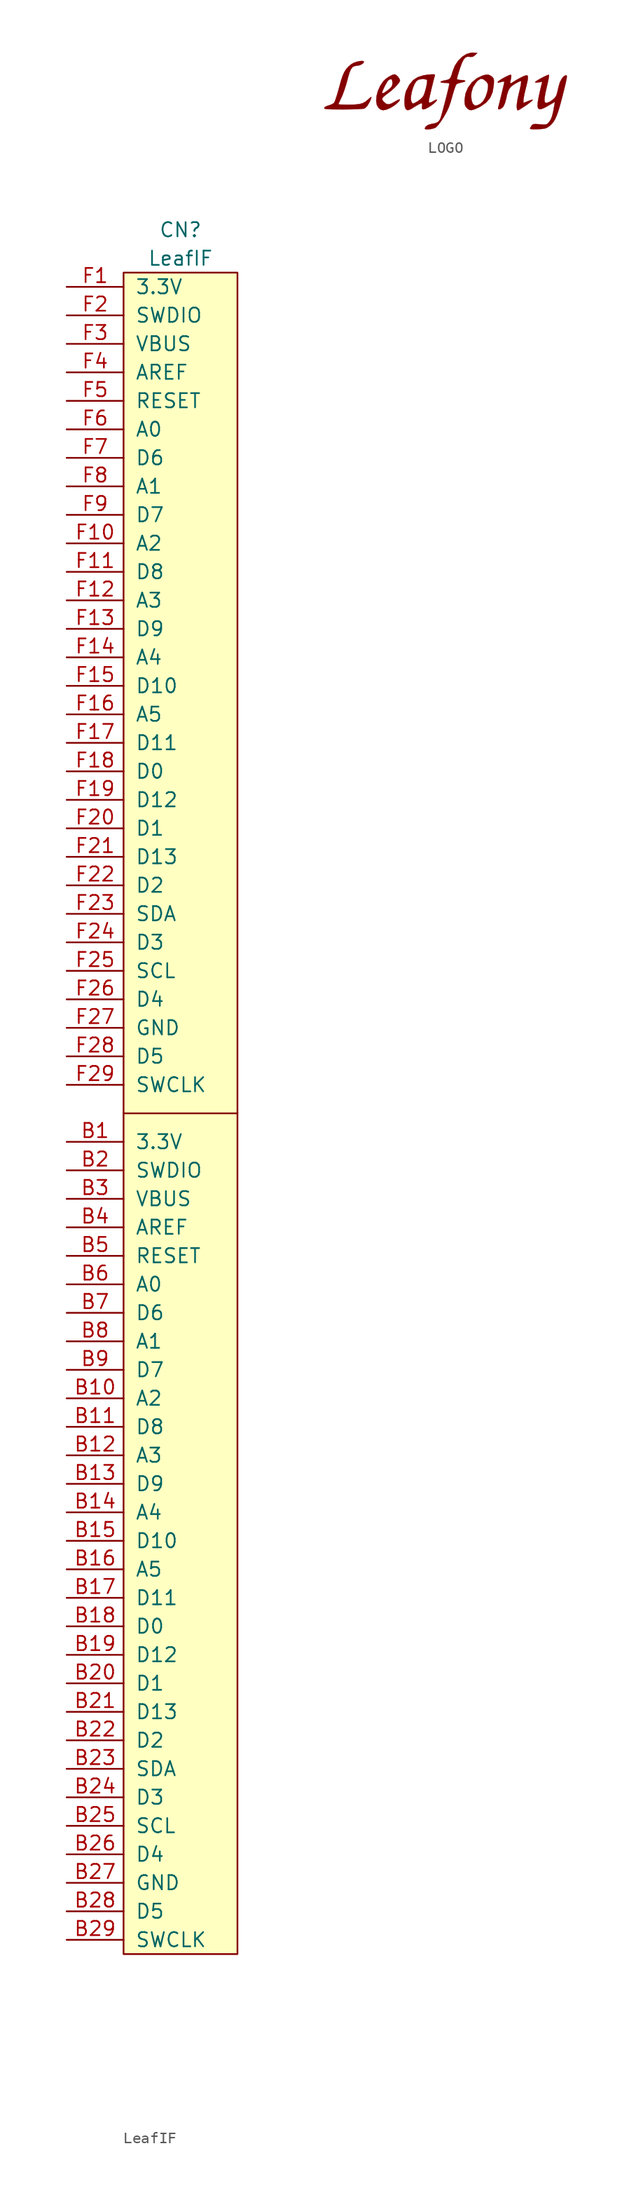
<source format=kicad_sym>
(kicad_symbol_lib
  (version 20220914)
  (generator kicad_symbol_editor)
  (symbol "LeafIF"
    (pin_names
      (offset 1.016))
    (property "Reference" "CN"
      (at 10.16 5.08 0)
      (effects (font (size 1.27 1.27))))
    (property "Value" "LeafIF"
      (at 10.16 2.54 0)
      (effects (font (size 1.27 1.27))))
    (symbol "LeafIF_0_1"
      (polyline (pts (xy 5.08 -73.66) (xy 15.24 -73.66)) (stroke (width 0) (type solid)) (fill (type none)))
      (rectangle (start 5.08 1.27) (end 15.24 -148.59) (stroke (width 0) (type solid)) (fill (type background))))
    (symbol "LeafIF_1_1"
      (pin passive line (at 0 -76.2 0) (length 5.08) (name "3.3V" (effects (font (size 1.27 1.27)))) (number "B1" (effects (font (size 1.27 1.27)))))
      (pin passive line (at 0 -99.06 0) (length 5.08) (name "A2" (effects (font (size 1.27 1.27)))) (number "B10" (effects (font (size 1.27 1.27)))))
      (pin passive line (at 0 -101.6 0) (length 5.08) (name "D8" (effects (font (size 1.27 1.27)))) (number "B11" (effects (font (size 1.27 1.27)))))
      (pin passive line (at 0 -104.14 0) (length 5.08) (name "A3" (effects (font (size 1.27 1.27)))) (number "B12" (effects (font (size 1.27 1.27)))))
      (pin passive line (at 0 -106.68 0) (length 5.08) (name "D9" (effects (font (size 1.27 1.27)))) (number "B13" (effects (font (size 1.27 1.27)))))
      (pin passive line (at 0 -109.22 0) (length 5.08) (name "A4" (effects (font (size 1.27 1.27)))) (number "B14" (effects (font (size 1.27 1.27)))))
      (pin passive line (at 0 -111.76 0) (length 5.08) (name "D10" (effects (font (size 1.27 1.27)))) (number "B15" (effects (font (size 1.27 1.27)))))
      (pin passive line (at 0 -114.3 0) (length 5.08) (name "A5" (effects (font (size 1.27 1.27)))) (number "B16" (effects (font (size 1.27 1.27)))))
      (pin passive line (at 0 -116.84 0) (length 5.08) (name "D11" (effects (font (size 1.27 1.27)))) (number "B17" (effects (font (size 1.27 1.27)))))
      (pin passive line (at 0 -119.38 0) (length 5.08) (name "D0" (effects (font (size 1.27 1.27)))) (number "B18" (effects (font (size 1.27 1.27)))))
      (pin passive line (at 0 -121.92 0) (length 5.08) (name "D12" (effects (font (size 1.27 1.27)))) (number "B19" (effects (font (size 1.27 1.27)))))
      (pin passive line (at 0 -78.74 0) (length 5.08) (name "SWDIO" (effects (font (size 1.27 1.27)))) (number "B2" (effects (font (size 1.27 1.27)))))
      (pin passive line (at 0 -124.46 0) (length 5.08) (name "D1" (effects (font (size 1.27 1.27)))) (number "B20" (effects (font (size 1.27 1.27)))))
      (pin passive line (at 0 -127 0) (length 5.08) (name "D13" (effects (font (size 1.27 1.27)))) (number "B21" (effects (font (size 1.27 1.27)))))
      (pin passive line (at 0 -129.54 0) (length 5.08) (name "D2" (effects (font (size 1.27 1.27)))) (number "B22" (effects (font (size 1.27 1.27)))))
      (pin passive line (at 0 -132.08 0) (length 5.08) (name "SDA" (effects (font (size 1.27 1.27)))) (number "B23" (effects (font (size 1.27 1.27)))))
      (pin passive line (at 0 -134.62 0) (length 5.08) (name "D3" (effects (font (size 1.27 1.27)))) (number "B24" (effects (font (size 1.27 1.27)))))
      (pin passive line (at 0 -137.16 0) (length 5.08) (name "SCL" (effects (font (size 1.27 1.27)))) (number "B25" (effects (font (size 1.27 1.27)))))
      (pin passive line (at 0 -139.7 0) (length 5.08) (name "D4" (effects (font (size 1.27 1.27)))) (number "B26" (effects (font (size 1.27 1.27)))))
      (pin passive line (at 0 -142.24 0) (length 5.08) (name "GND" (effects (font (size 1.27 1.27)))) (number "B27" (effects (font (size 1.27 1.27)))))
      (pin passive line (at 0 -144.78 0) (length 5.08) (name "D5" (effects (font (size 1.27 1.27)))) (number "B28" (effects (font (size 1.27 1.27)))))
      (pin passive line (at 0 -147.32 0) (length 5.08) (name "SWCLK" (effects (font (size 1.27 1.27)))) (number "B29" (effects (font (size 1.27 1.27)))))
      (pin passive line (at 0 -81.28 0) (length 5.08) (name "VBUS" (effects (font (size 1.27 1.27)))) (number "B3" (effects (font (size 1.27 1.27)))))
      (pin passive line (at 0 -83.82 0) (length 5.08) (name "AREF" (effects (font (size 1.27 1.27)))) (number "B4" (effects (font (size 1.27 1.27)))))
      (pin passive line (at 0 -86.36 0) (length 5.08) (name "RESET" (effects (font (size 1.27 1.27)))) (number "B5" (effects (font (size 1.27 1.27)))))
      (pin passive line (at 0 -88.9 0) (length 5.08) (name "A0" (effects (font (size 1.27 1.27)))) (number "B6" (effects (font (size 1.27 1.27)))))
      (pin passive line (at 0 -91.44 0) (length 5.08) (name "D6" (effects (font (size 1.27 1.27)))) (number "B7" (effects (font (size 1.27 1.27)))))
      (pin passive line (at 0 -93.98 0) (length 5.08) (name "A1" (effects (font (size 1.27 1.27)))) (number "B8" (effects (font (size 1.27 1.27)))))
      (pin passive line (at 0 -96.52 0) (length 5.08) (name "D7" (effects (font (size 1.27 1.27)))) (number "B9" (effects (font (size 1.27 1.27)))))
      (pin passive line (at 0 0 0) (length 5.08) (name "3.3V" (effects (font (size 1.27 1.27)))) (number "F1" (effects (font (size 1.27 1.27)))))
      (pin passive line (at 0 -22.86 0) (length 5.08) (name "A2" (effects (font (size 1.27 1.27)))) (number "F10" (effects (font (size 1.27 1.27)))))
      (pin passive line (at 0 -25.4 0) (length 5.08) (name "D8" (effects (font (size 1.27 1.27)))) (number "F11" (effects (font (size 1.27 1.27)))))
      (pin passive line (at 0 -27.94 0) (length 5.08) (name "A3" (effects (font (size 1.27 1.27)))) (number "F12" (effects (font (size 1.27 1.27)))))
      (pin passive line (at 0 -30.48 0) (length 5.08) (name "D9" (effects (font (size 1.27 1.27)))) (number "F13" (effects (font (size 1.27 1.27)))))
      (pin passive line (at 0 -33.02 0) (length 5.08) (name "A4" (effects (font (size 1.27 1.27)))) (number "F14" (effects (font (size 1.27 1.27)))))
      (pin passive line (at 0 -35.56 0) (length 5.08) (name "D10" (effects (font (size 1.27 1.27)))) (number "F15" (effects (font (size 1.27 1.27)))))
      (pin passive line (at 0 -38.1 0) (length 5.08) (name "A5" (effects (font (size 1.27 1.27)))) (number "F16" (effects (font (size 1.27 1.27)))))
      (pin passive line (at 0 -40.64 0) (length 5.08) (name "D11" (effects (font (size 1.27 1.27)))) (number "F17" (effects (font (size 1.27 1.27)))))
      (pin passive line (at 0 -43.18 0) (length 5.08) (name "D0" (effects (font (size 1.27 1.27)))) (number "F18" (effects (font (size 1.27 1.27)))))
      (pin passive line (at 0 -45.72 0) (length 5.08) (name "D12" (effects (font (size 1.27 1.27)))) (number "F19" (effects (font (size 1.27 1.27)))))
      (pin passive line (at 0 -2.54 0) (length 5.08) (name "SWDIO" (effects (font (size 1.27 1.27)))) (number "F2" (effects (font (size 1.27 1.27)))))
      (pin passive line (at 0 -48.26 0) (length 5.08) (name "D1" (effects (font (size 1.27 1.27)))) (number "F20" (effects (font (size 1.27 1.27)))))
      (pin passive line (at 0 -50.8 0) (length 5.08) (name "D13" (effects (font (size 1.27 1.27)))) (number "F21" (effects (font (size 1.27 1.27)))))
      (pin passive line (at 0 -53.34 0) (length 5.08) (name "D2" (effects (font (size 1.27 1.27)))) (number "F22" (effects (font (size 1.27 1.27)))))
      (pin passive line (at 0 -55.88 0) (length 5.08) (name "SDA" (effects (font (size 1.27 1.27)))) (number "F23" (effects (font (size 1.27 1.27)))))
      (pin passive line (at 0 -58.42 0) (length 5.08) (name "D3" (effects (font (size 1.27 1.27)))) (number "F24" (effects (font (size 1.27 1.27)))))
      (pin passive line (at 0 -60.96 0) (length 5.08) (name "SCL" (effects (font (size 1.27 1.27)))) (number "F25" (effects (font (size 1.27 1.27)))))
      (pin passive line (at 0 -63.5 0) (length 5.08) (name "D4" (effects (font (size 1.27 1.27)))) (number "F26" (effects (font (size 1.27 1.27)))))
      (pin passive line (at 0 -66.04 0) (length 5.08) (name "GND" (effects (font (size 1.27 1.27)))) (number "F27" (effects (font (size 1.27 1.27)))))
      (pin passive line (at 0 -68.58 0) (length 5.08) (name "D5" (effects (font (size 1.27 1.27)))) (number "F28" (effects (font (size 1.27 1.27)))))
      (pin passive line (at 0 -71.12 0) (length 5.08) (name "SWCLK" (effects (font (size 1.27 1.27)))) (number "F29" (effects (font (size 1.27 1.27)))))
      (pin passive line (at 0 -5.08 0) (length 5.08) (name "VBUS" (effects (font (size 1.27 1.27)))) (number "F3" (effects (font (size 1.27 1.27)))))
      (pin passive line (at 0 -7.62 0) (length 5.08) (name "AREF" (effects (font (size 1.27 1.27)))) (number "F4" (effects (font (size 1.27 1.27)))))
      (pin passive line (at 0 -10.16 0) (length 5.08) (name "RESET" (effects (font (size 1.27 1.27)))) (number "F5" (effects (font (size 1.27 1.27)))))
      (pin passive line (at 0 -12.7 0) (length 5.08) (name "A0" (effects (font (size 1.27 1.27)))) (number "F6" (effects (font (size 1.27 1.27)))))
      (pin passive line (at 0 -15.24 0) (length 5.08) (name "D6" (effects (font (size 1.27 1.27)))) (number "F7" (effects (font (size 1.27 1.27)))))
      (pin passive line (at 0 -17.78 0) (length 5.08) (name "A1" (effects (font (size 1.27 1.27)))) (number "F8" (effects (font (size 1.27 1.27)))))
      (pin passive line (at 0 -20.32 0) (length 5.08) (name "D7" (effects (font (size 1.27 1.27)))) (number "F9" (effects (font (size 1.27 1.27)))))))
  (symbol "LOGO"
    (pin_names
      (offset 1.016))
    (property "Reference" "#G"
      (at 0 4.106 0)
      (effects (font (size 1.27 1.27)) hide))
    (symbol "LOGO_0_0"
      (polyline (pts (xy 1.81 -1.521) (xy 2.159 -1.367) (xy 2.368 -1.26) (xy 2.865 -0.912) (xy 3.217 -0.492) (xy 3.437 0.02) (xy 3.537 0.642) (xy 3.547 0.794) (xy 3.554 1.053) (xy 3.529 1.213) (xy 3.461 1.323) (xy 3.336 1.431) (xy 3.277 1.475) (xy 3.057 1.576) (xy 2.8 1.565) (xy 2.56 1.505) (xy 2.034 1.259) (xy 1.586 0.888) (xy 1.238 0.419) (xy 1.013 -0.12) (xy 0.98 -0.359) (xy 1.524 -0.359) (xy 1.548 -0.007) (xy 1.69 0.467) (xy 1.976 0.9) (xy 2.138 1.071) (xy 2.365 1.205) (xy 2.582 1.182) (xy 2.816 1.007) (xy 2.92 0.898) (xy 3.013 0.754) (xy 3.037 0.582) (xy 3.012 0.314) (xy 2.962 0.041) (xy 2.809 -0.413) (xy 2.595 -0.782) (xy 2.338 -1.024) (xy 2.313 -1.039) (xy 2.097 -1.142) (xy 1.931 -1.185) (xy 1.831 -1.164) (xy 1.669 -1.012) (xy 1.562 -0.734) (xy 1.524 -0.359) (xy 0.98 -0.359) (xy 0.932 -0.702) (xy 0.932 -0.785) (xy 0.952 -1.061) (xy 1.015 -1.246) (xy 1.139 -1.401) (xy 1.221 -1.477) (xy 1.382 -1.575) (xy 1.564 -1.59) (xy 1.81 -1.521)) (stroke (width 0.01) (type default)) (fill (type outline)))
      (polyline (pts (xy -6.074 -1.553) (xy -5.706 -1.398) (xy -5.697 -1.393) (xy -5.436 -1.24) (xy -5.187 -1.057) (xy -4.983 -0.875) (xy -4.859 -0.723) (xy -4.845 -0.63) (xy -4.88 -0.625) (xy -5.026 -0.679) (xy -5.234 -0.795) (xy -5.244 -0.801) (xy -5.582 -0.991) (xy -5.835 -1.069) (xy -6.035 -1.037) (xy -6.219 -0.901) (xy -6.251 -0.869) (xy -6.383 -0.715) (xy -6.423 -0.588) (xy -6.36 -0.456) (xy -6.181 -0.291) (xy -5.873 -0.061) (xy -5.592 0.16) (xy -5.302 0.424) (xy -5.057 0.681) (xy -4.889 0.899) (xy -4.826 1.047) (xy -4.874 1.196) (xy -5.004 1.385) (xy -5.163 1.542) (xy -5.301 1.609) (xy -5.303 1.609) (xy -5.524 1.552) (xy -5.804 1.408) (xy -6.085 1.212) (xy -6.31 0.999) (xy -6.593 0.589) (xy -6.799 0.137) (xy -6.848 -0.045) (xy -6.435 -0.045) (xy -6.42 0.023) (xy -6.343 0.223) (xy -6.221 0.482) (xy -6.083 0.747) (xy -5.955 0.964) (xy -5.865 1.079) (xy -5.805 1.122) (xy -5.633 1.185) (xy -5.535 1.098) (xy -5.503 0.857) (xy -5.506 0.758) (xy -5.545 0.577) (xy -5.658 0.418) (xy -5.878 0.222) (xy -5.975 0.144) (xy -6.218 -0.023) (xy -6.378 -0.089) (xy -6.435 -0.045) (xy -6.848 -0.045) (xy -6.923 -0.323) (xy -6.957 -0.756) (xy -6.897 -1.127) (xy -6.735 -1.401) (xy -6.577 -1.528) (xy -6.352 -1.597) (xy -6.074 -1.553)) (stroke (width 0.01) (type default)) (fill (type outline)))
      (polyline (pts (xy -9.85 -1.524) (xy -9.322 -1.519) (xy -8.845 -1.507) (xy -8.447 -1.49) (xy -8.158 -1.468) (xy -8.01 -1.443) (xy -7.957 -1.416) (xy -7.766 -1.233) (xy -7.581 -0.937) (xy -7.503 -0.781) (xy -7.397 -0.531) (xy -7.384 -0.419) (xy -7.464 -0.442) (xy -7.639 -0.598) (xy -7.685 -0.643) (xy -7.918 -0.837) (xy -8.168 -0.969) (xy -8.472 -1.049) (xy -8.868 -1.09) (xy -9.395 -1.101) (xy -9.721 -1.098) (xy -10.036 -1.091) (xy -10.25 -1.079) (xy -10.329 -1.065) (xy -10.328 -1.057) (xy -10.279 -0.94) (xy -10.178 -0.719) (xy -10.043 -0.433) (xy -9.956 -0.232) (xy -9.802 0.181) (xy -9.65 0.649) (xy -9.524 1.105) (xy -9.476 1.293) (xy -9.344 1.74) (xy -9.214 2.05) (xy -9.069 2.243) (xy -8.897 2.342) (xy -8.681 2.371) (xy -8.539 2.386) (xy -8.302 2.468) (xy -8.118 2.591) (xy -8.043 2.725) (xy -8.071 2.772) (xy -8.216 2.802) (xy -8.444 2.783) (xy -8.711 2.721) (xy -8.972 2.627) (xy -9.18 2.508) (xy -9.425 2.304) (xy -9.632 2.078) (xy -9.802 1.81) (xy -9.954 1.468) (xy -10.101 1.023) (xy -10.262 0.442) (xy -10.316 0.24) (xy -10.439 -0.186) (xy -10.554 -0.546) (xy -10.65 -0.808) (xy -10.717 -0.939) (xy -10.761 -0.978) (xy -10.964 -1.089) (xy -11.224 -1.178) (xy -11.297 -1.198) (xy -11.519 -1.293) (xy -11.599 -1.398) (xy -11.595 -1.421) (xy -11.549 -1.459) (xy -11.437 -1.486) (xy -11.237 -1.505) (xy -10.93 -1.517) (xy -10.495 -1.522) (xy -9.912 -1.524) (xy -9.85 -1.524)) (stroke (width 0.01) (type default)) (fill (type outline)))
      (polyline (pts (xy -4.013 -1.567) (xy -3.802 -1.462) (xy -3.487 -1.268) (xy -3.442 -1.24) (xy -3.183 -1.088) (xy -2.985 -0.991) (xy -2.887 -0.969) (xy -2.886 -0.969) (xy -2.852 -1.073) (xy -2.86 -1.266) (xy -2.871 -1.364) (xy -2.848 -1.492) (xy -2.74 -1.524) (xy -2.732 -1.524) (xy -2.539 -1.469) (xy -2.287 -1.337) (xy -2.017 -1.16) (xy -1.771 -0.967) (xy -1.593 -0.788) (xy -1.524 -0.655) (xy -1.532 -0.642) (xy -1.632 -0.662) (xy -1.809 -0.755) (xy -2.034 -0.881) (xy -2.196 -0.925) (xy -2.26 -0.852) (xy -2.243 -0.656) (xy -2.235 -0.615) (xy -2.175 -0.343) (xy -2.093 0.006) (xy -2.001 0.394) (xy -1.906 0.777) (xy -1.821 1.118) (xy -1.754 1.375) (xy -1.714 1.507) (xy -1.709 1.522) (xy -1.718 1.577) (xy -1.805 1.603) (xy -2.001 1.601) (xy -2.336 1.574) (xy -2.72 1.521) (xy -3.242 1.358) (xy -3.66 1.084) (xy -3.998 0.679) (xy -4.283 0.127) (xy -4.318 0.029) (xy -4.388 -0.285) (xy -4.425 -0.646) (xy -4.426 -0.652) (xy -3.858 -0.652) (xy -3.847 -0.338) (xy -3.78 0.034) (xy -3.669 0.413) (xy -3.526 0.75) (xy -3.363 0.995) (xy -3.33 1.028) (xy -3.125 1.15) (xy -2.827 1.185) (xy -2.736 1.183) (xy -2.525 1.156) (xy -2.418 1.108) (xy -2.405 1.026) (xy -2.426 0.809) (xy -2.48 0.518) (xy -2.557 0.202) (xy -2.646 -0.09) (xy -2.735 -0.308) (xy -2.794 -0.398) (xy -2.999 -0.61) (xy -3.251 -0.795) (xy -3.353 -0.854) (xy -3.558 -0.967) (xy -3.674 -1) (xy -3.745 -0.957) (xy -3.813 -0.84) (xy -3.858 -0.652) (xy -4.426 -0.652) (xy -4.428 -0.999) (xy -4.395 -1.292) (xy -4.325 -1.473) (xy -4.254 -1.547) (xy -4.152 -1.593) (xy -4.013 -1.567)) (stroke (width 0.01) (type default)) (fill (type outline)))
      (polyline (pts (xy -2.081 -3.277) (xy -1.839 -3.222) (xy -1.651 -3.144) (xy -1.579 -3.087) (xy -1.388 -2.876) (xy -1.159 -2.567) (xy -0.918 -2.192) (xy -0.895 -2.154) (xy -0.656 -1.73) (xy -0.474 -1.337) (xy -0.322 -0.909) (xy -0.171 -0.381) (xy -0.166 -0.364) (xy -0.053 0.032) (xy 0.057 0.37) (xy 0.152 0.615) (xy 0.22 0.73) (xy 0.245 0.747) (xy 0.431 0.822) (xy 0.679 0.879) (xy 0.734 0.889) (xy 0.95 0.954) (xy 1.003 1.023) (xy 0.897 1.078) (xy 0.635 1.101) (xy 0.57 1.102) (xy 0.335 1.133) (xy 0.254 1.206) (xy 0.264 1.266) (xy 0.317 1.468) (xy 0.405 1.764) (xy 0.516 2.116) (xy 0.53 2.159) (xy 0.694 2.612) (xy 0.847 2.919) (xy 1.004 3.101) (xy 1.183 3.178) (xy 1.401 3.169) (xy 1.468 3.158) (xy 1.685 3.175) (xy 1.876 3.315) (xy 2.074 3.514) (xy 1.704 3.54) (xy 1.529 3.537) (xy 1.117 3.422) (xy 0.719 3.174) (xy 0.36 2.817) (xy 0.068 2.377) (xy -0.13 1.878) (xy -0.211 1.594) (xy -0.302 1.35) (xy -0.406 1.207) (xy -0.551 1.129) (xy -0.765 1.082) (xy -0.96 1.043) (xy -1.166 0.974) (xy -1.222 0.911) (xy -1.123 0.865) (xy -0.864 0.847) (xy -0.696 0.841) (xy -0.5 0.816) (xy -0.423 0.777) (xy -0.431 0.719) (xy -0.474 0.509) (xy -0.549 0.191) (xy -0.646 -0.205) (xy -0.757 -0.644) (xy -0.873 -1.093) (xy -0.986 -1.519) (xy -1.087 -1.888) (xy -1.168 -2.167) (xy -1.22 -2.322) (xy -1.285 -2.458) (xy -1.437 -2.64) (xy -1.666 -2.751) (xy -2.018 -2.818) (xy -2.031 -2.82) (xy -2.325 -2.906) (xy -2.537 -3.056) (xy -2.622 -3.239) (xy -2.62 -3.252) (xy -2.524 -3.297) (xy -2.327 -3.304) (xy -2.081 -3.277)) (stroke (width 0.01) (type default)) (fill (type outline)))
      (polyline (pts (xy 7.479 -3.289) (xy 7.545 -3.287) (xy 7.893 -3.263) (xy 8.131 -3.22) (xy 8.314 -3.145) (xy 8.493 -3.024) (xy 8.658 -2.883) (xy 8.84 -2.678) (xy 9.002 -2.421) (xy 9.154 -2.088) (xy 9.307 -1.657) (xy 9.471 -1.105) (xy 9.655 -0.409) (xy 9.732 -0.105) (xy 9.869 0.441) (xy 9.967 0.851) (xy 10.029 1.144) (xy 10.058 1.338) (xy 10.059 1.454) (xy 10.033 1.51) (xy 9.984 1.524) (xy 9.956 1.522) (xy 9.774 1.421) (xy 9.592 1.194) (xy 9.435 0.878) (xy 9.325 0.508) (xy 9.265 0.233) (xy 9.188 -0.072) (xy 9.123 -0.283) (xy 9.021 -0.448) (xy 8.794 -0.667) (xy 8.517 -0.85) (xy 8.255 -0.946) (xy 8.204 -0.949) (xy 8.108 -0.89) (xy 8.068 -0.727) (xy 8.084 -0.445) (xy 8.155 -0.03) (xy 8.284 0.531) (xy 8.287 0.546) (xy 8.376 0.931) (xy 8.44 1.251) (xy 8.473 1.474) (xy 8.468 1.565) (xy 8.436 1.566) (xy 8.283 1.513) (xy 8.052 1.407) (xy 7.786 1.272) (xy 7.531 1.129) (xy 7.331 1.003) (xy 7.231 0.918) (xy 7.223 0.897) (xy 7.293 0.863) (xy 7.519 0.886) (xy 7.862 0.944) (xy 7.734 0.409) (xy 7.683 0.191) (xy 7.548 -0.423) (xy 7.468 -0.888) (xy 7.448 -1.217) (xy 7.494 -1.42) (xy 7.608 -1.507) (xy 7.797 -1.49) (xy 8.064 -1.38) (xy 8.414 -1.187) (xy 8.997 -0.845) (xy 8.942 -1.186) (xy 8.94 -1.198) (xy 8.842 -1.736) (xy 8.74 -2.135) (xy 8.624 -2.426) (xy 8.485 -2.638) (xy 8.405 -2.73) (xy 8.297 -2.826) (xy 8.167 -2.869) (xy 7.968 -2.873) (xy 7.649 -2.849) (xy 7.547 -2.84) (xy 7.263 -2.824) (xy 7.09 -2.837) (xy 6.986 -2.888) (xy 6.904 -2.984) (xy 6.818 -3.126) (xy 6.773 -3.245) (xy 6.784 -3.257) (xy 6.912 -3.283) (xy 7.157 -3.295) (xy 7.479 -3.289)) (stroke (width 0.01) (type default)) (fill (type outline)))
      (polyline (pts (xy 5.684 -1.608) (xy 5.81 -1.553) (xy 6.022 -1.427) (xy 6.282 -1.259) (xy 6.551 -1.073) (xy 6.79 -0.897) (xy 6.962 -0.756) (xy 7.027 -0.678) (xy 7 -0.66) (xy 6.859 -0.685) (xy 6.639 -0.765) (xy 6.502 -0.823) (xy 6.307 -0.901) (xy 6.216 -0.931) (xy 6.194 -0.916) (xy 6.18 -0.774) (xy 6.21 -0.502) (xy 6.282 -0.124) (xy 6.392 0.339) (xy 6.436 0.51) (xy 6.537 0.934) (xy 6.588 1.225) (xy 6.59 1.406) (xy 6.546 1.498) (xy 6.456 1.522) (xy 6.397 1.512) (xy 6.185 1.432) (xy 5.892 1.288) (xy 5.559 1.103) (xy 5.228 0.897) (xy 5.218 0.89) (xy 5.077 0.807) (xy 5.014 0.816) (xy 5.016 0.941) (xy 5.073 1.207) (xy 5.086 1.267) (xy 5.104 1.466) (xy 5.077 1.568) (xy 5.038 1.57) (xy 4.878 1.515) (xy 4.645 1.406) (xy 4.385 1.268) (xy 4.143 1.125) (xy 3.964 1.002) (xy 3.895 0.924) (xy 3.895 0.885) (xy 3.917 0.854) (xy 4.007 0.868) (xy 4.213 0.925) (xy 4.244 0.934) (xy 4.417 0.964) (xy 4.487 0.945) (xy 4.483 0.919) (xy 4.449 0.759) (xy 4.387 0.488) (xy 4.306 0.144) (xy 4.215 -0.237) (xy 4.122 -0.616) (xy 4.038 -0.957) (xy 3.97 -1.223) (xy 3.929 -1.376) (xy 3.925 -1.477) (xy 4.011 -1.523) (xy 4.163 -1.474) (xy 4.344 -1.333) (xy 4.404 -1.258) (xy 4.537 -0.977) (xy 4.642 -0.593) (xy 4.727 -0.21) (xy 4.838 0.138) (xy 4.978 0.389) (xy 5.17 0.583) (xy 5.437 0.758) (xy 5.645 0.873) (xy 5.848 0.976) (xy 5.952 1.015) (xy 5.965 1.01) (xy 5.984 0.909) (xy 5.954 0.672) (xy 5.875 0.289) (xy 5.746 -0.246) (xy 5.745 -0.25) (xy 5.666 -0.615) (xy 5.609 -0.971) (xy 5.588 -1.241) (xy 5.591 -1.343) (xy 5.623 -1.533) (xy 5.676 -1.609) (xy 5.684 -1.608)) (stroke (width 0.01) (type default)) (fill (type outline))))))
</source>
